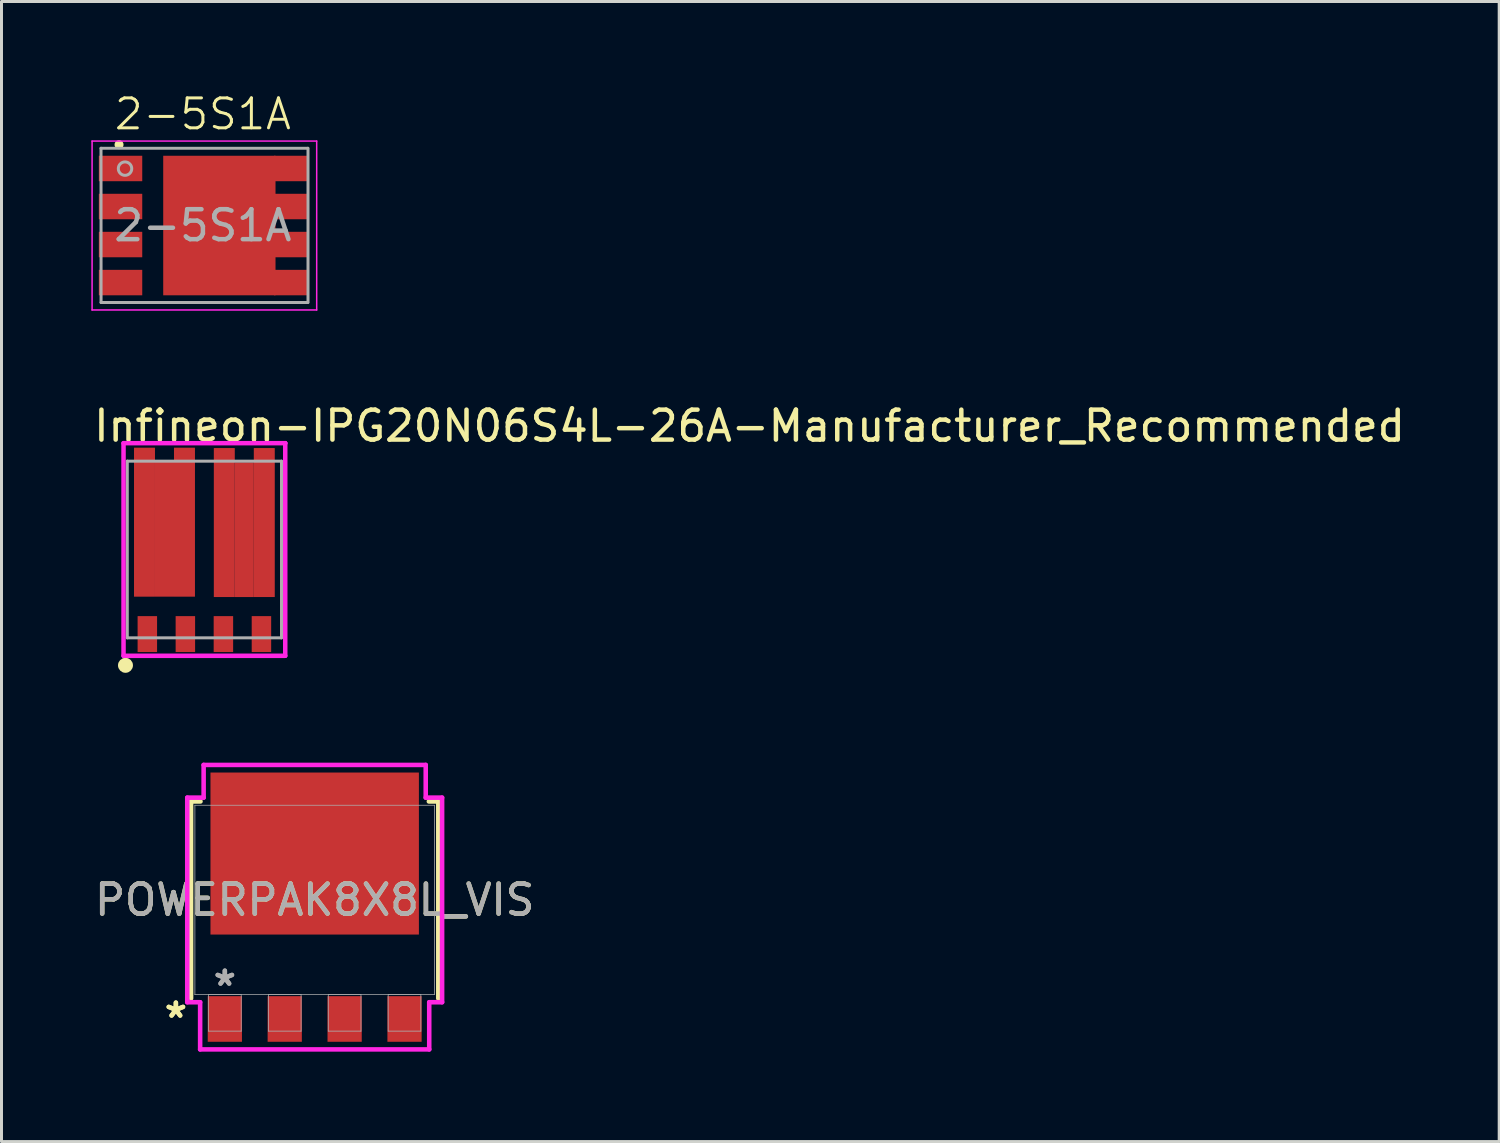
<source format=kicad_pcb>
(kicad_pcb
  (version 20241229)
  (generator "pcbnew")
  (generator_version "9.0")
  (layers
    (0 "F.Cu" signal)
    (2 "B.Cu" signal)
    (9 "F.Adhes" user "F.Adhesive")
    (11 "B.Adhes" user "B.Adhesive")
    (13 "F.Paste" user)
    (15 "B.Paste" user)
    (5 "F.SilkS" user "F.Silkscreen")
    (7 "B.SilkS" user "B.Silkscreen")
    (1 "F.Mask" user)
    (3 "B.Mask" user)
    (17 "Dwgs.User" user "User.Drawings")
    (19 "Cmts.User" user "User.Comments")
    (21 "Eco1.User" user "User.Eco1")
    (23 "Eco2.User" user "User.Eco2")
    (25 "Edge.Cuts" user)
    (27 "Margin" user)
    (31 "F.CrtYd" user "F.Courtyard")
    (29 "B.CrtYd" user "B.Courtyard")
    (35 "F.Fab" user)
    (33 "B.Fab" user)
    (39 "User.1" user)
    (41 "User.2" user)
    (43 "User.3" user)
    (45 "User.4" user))
  (footprint "POWERPAK8X8L_VIS"
    (layer "F.Cu")
    (at 7.458 27.001)
    (property "Reference" "POWERPAK8X8L_VIS" (at 0 0 0) (unlocked yes) (layer "F.SilkS") (effects (font (size 1 1) (thickness 0.15))))
    (attr smd)
    (fp_line (start -4.128 -3.289) (end -4.128 3.289) (stroke (width 0.152) (type solid)) (layer "F.SilkS"))
    (fp_line (start -3.813 -3.289) (end -4.128 -3.289) (stroke (width 0.152) (type solid)) (layer "F.SilkS"))
    (fp_line (start 4.128 -3.289) (end 3.813 -3.289) (stroke (width 0.152) (type solid)) (layer "F.SilkS"))
    (fp_line (start 4.128 3.289) (end 4.128 -3.289) (stroke (width 0.152) (type solid)) (layer "F.SilkS"))
    (fp_line (start -4.255 -3.416) (end -3.708 -3.416) (stroke (width 0.152) (type solid)) (layer "F.CrtYd"))
    (fp_line (start -4.255 3.416) (end -4.255 -3.416) (stroke (width 0.152) (type solid)) (layer "F.CrtYd"))
    (fp_line (start -3.825 3.416) (end -4.255 3.416) (stroke (width 0.152) (type solid)) (layer "F.CrtYd"))
    (fp_line (start -3.825 4.991) (end -3.825 3.416) (stroke (width 0.152) (type solid)) (layer "F.CrtYd"))
    (fp_line (start -3.708 -4.508) (end 3.708 -4.508) (stroke (width 0.152) (type solid)) (layer "F.CrtYd"))
    (fp_line (start -3.708 -3.416) (end -3.708 -4.508) (stroke (width 0.152) (type solid)) (layer "F.CrtYd"))
    (fp_line (start 3.708 -4.508) (end 3.708 -3.416) (stroke (width 0.152) (type solid)) (layer "F.CrtYd"))
    (fp_line (start 3.708 -3.416) (end 4.255 -3.416) (stroke (width 0.152) (type solid)) (layer "F.CrtYd"))
    (fp_line (start 3.825 3.416) (end 3.825 4.991) (stroke (width 0.152) (type solid)) (layer "F.CrtYd"))
    (fp_line (start 3.825 4.991) (end -3.825 4.991) (stroke (width 0.152) (type solid)) (layer "F.CrtYd"))
    (fp_line (start 4.255 -3.416) (end 4.255 3.416) (stroke (width 0.152) (type solid)) (layer "F.CrtYd"))
    (fp_line (start 4.255 3.416) (end 3.825 3.416) (stroke (width 0.152) (type solid)) (layer "F.CrtYd"))
    (fp_line (start -4 -3.162) (end -4 3.162) (stroke (width 0.025) (type solid)) (layer "F.Fab"))
    (fp_line (start -4 3.162) (end 4 3.162) (stroke (width 0.025) (type solid)) (layer "F.Fab"))
    (fp_line (start -3.546 3.162) (end -3.546 4.381) (stroke (width 0.025) (type solid)) (layer "F.Fab"))
    (fp_line (start -3.546 4.381) (end -2.454 4.381) (stroke (width 0.025) (type solid)) (layer "F.Fab"))
    (fp_line (start -2.454 3.162) (end -3.546 3.162) (stroke (width 0.025) (type solid)) (layer "F.Fab"))
    (fp_line (start -2.454 4.381) (end -2.454 3.162) (stroke (width 0.025) (type solid)) (layer "F.Fab"))
    (fp_line (start -1.546 3.162) (end -1.546 4.381) (stroke (width 0.025) (type solid)) (layer "F.Fab"))
    (fp_line (start -1.546 4.381) (end -0.454 4.381) (stroke (width 0.025) (type solid)) (layer "F.Fab"))
    (fp_line (start -0.454 3.162) (end -1.546 3.162) (stroke (width 0.025) (type solid)) (layer "F.Fab"))
    (fp_line (start -0.454 4.381) (end -0.454 3.162) (stroke (width 0.025) (type solid)) (layer "F.Fab"))
    (fp_line (start 0.454 3.162) (end 0.454 4.381) (stroke (width 0.025) (type solid)) (layer "F.Fab"))
    (fp_line (start 0.454 4.381) (end 1.546 4.381) (stroke (width 0.025) (type solid)) (layer "F.Fab"))
    (fp_line (start 1.546 3.162) (end 0.454 3.162) (stroke (width 0.025) (type solid)) (layer "F.Fab"))
    (fp_line (start 1.546 4.381) (end 1.546 3.162) (stroke (width 0.025) (type solid)) (layer "F.Fab"))
    (fp_line (start 2.454 3.162) (end 2.454 4.381) (stroke (width 0.025) (type solid)) (layer "F.Fab"))
    (fp_line (start 2.454 4.381) (end 3.546 4.381) (stroke (width 0.025) (type solid)) (layer "F.Fab"))
    (fp_line (start 3.546 3.162) (end 2.454 3.162) (stroke (width 0.025) (type solid)) (layer "F.Fab"))
    (fp_line (start 3.546 4.381) (end 3.546 3.162) (stroke (width 0.025) (type solid)) (layer "F.Fab"))
    (fp_line (start 4 -3.162) (end -4 -3.162) (stroke (width 0.025) (type solid)) (layer "F.Fab"))
    (fp_line (start 4 3.162) (end 4 -3.162) (stroke (width 0.025) (type solid)) (layer "F.Fab"))
    (fp_text user "*" (at -4.635 3.975 0) (layer "F.SilkS") (effects (font (size 1 1) (thickness 0.15))))
    (fp_text user "*" (at -4.635 3.975 0) (unlocked yes) (layer "F.SilkS") (effects (font (size 1 1) (thickness 0.15))))
    (fp_text user "${REFERENCE}" (at 0 0 0) (unlocked yes) (layer "F.Fab") (effects (font (size 1 1) (thickness 0.15))))
    (fp_text user "*" (at -3 2.908 0) (unlocked yes) (layer "F.Fab") (effects (font (size 1 1) (thickness 0.15))))
    (fp_text user "*" (at -3 2.908 0) (layer "F.Fab") (effects (font (size 1 1) (thickness 0.15))))
    (pad "1" smd rect (at -3 3.975) (size 1.143 1.524) (layers "F.Cu" "F.Mask" "F.Paste"))
    (pad "2" smd rect (at -1 3.975) (size 1.143 1.524) (layers "F.Cu" "F.Mask" "F.Paste"))
    (pad "3" smd rect (at 1 3.975) (size 1.143 1.524) (layers "F.Cu" "F.Mask" "F.Paste"))
    (pad "4" smd rect (at 3 3.975) (size 1.143 1.524) (layers "F.Cu" "F.Mask" "F.Paste"))
    (pad "5" smd rect (at 0 -1.549) (size 6.96 5.41) (layers "F.Cu" "F.Mask" "F.Paste")))
  (footprint "2-5S1A"
    (layer "F.Cu")
    (at 3.725 4.481)
    (property "Reference" "2-5S1A" (at 0 -3.72 0) (unlocked yes) (layer "F.SilkS") (effects (font (size 1 1) (thickness 0.1))))
    (attr smd)
    (fp_circle (center -2.8 -2.7) (end -2.7 -2.7) (stroke (width 0.1) (type solid)) (fill yes) (layer "F.SilkS"))
    (fp_line (start -3.7 -2.82) (end 3.8 -2.82) (stroke (width 0.05) (type solid)) (layer "F.CrtYd"))
    (fp_line (start -3.7 2.82) (end -3.7 -2.82) (stroke (width 0.05) (type solid)) (layer "F.CrtYd"))
    (fp_line (start 3.8 -2.82) (end 3.8 2.82) (stroke (width 0.05) (type solid)) (layer "F.CrtYd"))
    (fp_line (start 3.8 2.82) (end -3.7 2.82) (stroke (width 0.05) (type solid)) (layer "F.CrtYd"))
    (fp_line (start -3.402 -2.58) (end -3.4 2.57) (stroke (width 0.1) (type solid)) (layer "F.Fab"))
    (fp_line (start -3.402 -2.58) (end 3.5 -2.58) (stroke (width 0.1) (type solid)) (layer "F.Fab"))
    (fp_line (start 3.5 2.57) (end -3.4 2.57) (stroke (width 0.1) (type solid)) (layer "F.Fab"))
    (fp_line (start 3.51 -2.58) (end 3.51 2.57) (stroke (width 0.1) (type solid)) (layer "F.Fab"))
    (fp_circle (center -2.6 -1.9) (end -2.376 -1.9) (stroke (width 0.1) (type solid)) (fill no) (layer "F.Fab"))
    (fp_text user "${REFERENCE}" (at 0 0 0) (unlocked yes) (layer "F.Fab") (effects (font (size 1 1) (thickness 0.15))))
    (pad "" smd rect (at -0.6 -1.725) (size 0.9 0.9) (layers "F.Paste"))
    (pad "" smd rect (at -0.6 -0.575) (size 0.9 0.9) (layers "F.Paste"))
    (pad "" smd rect (at -0.6 0.575) (size 0.9 0.9) (layers "F.Paste"))
    (pad "" smd rect (at -0.6 1.725) (size 0.9 0.9) (layers "F.Paste"))
    (pad "" smd rect (at 0.5 -1.725) (size 0.9 0.9) (layers "F.Paste"))
    (pad "" smd rect (at 0.5 -0.575) (size 0.9 0.9) (layers "F.Paste"))
    (pad "" smd rect (at 0.5 0.575) (size 0.9 0.9) (layers "F.Paste"))
    (pad "" smd rect (at 0.5 1.725) (size 0.9 0.9) (layers "F.Paste"))
    (pad "" smd rect (at 1.6 -1.725) (size 0.9 0.9) (layers "F.Paste"))
    (pad "" smd rect (at 1.6 -0.575) (size 0.9 0.9) (layers "F.Paste"))
    (pad "" smd rect (at 1.6 0.575) (size 0.9 0.9) (layers "F.Paste"))
    (pad "" smd rect (at 1.6 1.725) (size 0.9 0.9) (layers "F.Paste"))
    (pad "1" smd rect (at -2.75 -1.905) (size 1.45 0.85) (layers "F.Cu" "F.Mask" "F.Paste"))
    (pad "2" smd rect (at -2.75 -0.635) (size 1.45 0.85) (layers "F.Cu" "F.Mask" "F.Paste"))
    (pad "3" smd rect (at -2.75 0.635) (size 1.45 0.85) (layers "F.Cu" "F.Mask" "F.Paste"))
    (pad "4" smd rect (at -2.75 1.905) (size 1.45 0.85) (layers "F.Cu" "F.Mask" "F.Paste"))
    (pad "5" smd rect (at 0.55 0) (size 3.75 4.66) (layers "F.Cu" "F.Mask"))
    (pad "5" smd rect (at 2.925 1.905) (size 1.1 0.85) (layers "F.Cu" "F.Mask" "F.Paste"))
    (pad "6" smd rect (at 2.925 0.635) (size 1.1 0.85) (layers "F.Cu" "F.Mask" "F.Paste"))
    (pad "7" smd rect (at 2.925 -0.635) (size 1.1 0.85) (layers "F.Cu" "F.Mask" "F.Paste"))
    (pad "8" smd rect (at 2.925 -1.905) (size 1.1 0.85) (layers "F.Cu" "F.Mask" "F.Paste")))
  (footprint "Infineon-IPG20N06S4L-26A-Manufacturer_Recommended"
    (layer "F.Cu")
    (at 3.775 15.299)
    (property "Reference" "Infineon-IPG20N06S4L-26A-Manufacturer_Recommended" (at -3.775 -4.125 0) (layer "F.SilkS") (effects (font (size 1 1) (thickness 0.15)) (justify left)))
    (attr through_hole)
    (fp_circle (center -2.635 3.868) (end -2.51 3.868) (stroke (width 0.25) (type solid)) (fill no) (layer "F.SilkS"))
    (fp_line (start -2.7 -3.55) (end -2.7 3.55) (stroke (width 0.15) (type solid)) (layer "F.CrtYd"))
    (fp_line (start -2.7 3.55) (end 2.7 3.55) (stroke (width 0.15) (type solid)) (layer "F.CrtYd"))
    (fp_line (start 2.7 -3.55) (end -2.7 -3.55) (stroke (width 0.15) (type solid)) (layer "F.CrtYd"))
    (fp_line (start 2.7 -3.55) (end 2.7 -3.55) (stroke (width 0.15) (type solid)) (layer "F.CrtYd"))
    (fp_line (start 2.7 3.55) (end 2.7 -3.55) (stroke (width 0.15) (type solid)) (layer "F.CrtYd"))
    (fp_line (start -2.575 -2.95) (end 2.575 -2.95) (stroke (width 0.1) (type solid)) (layer "F.Fab"))
    (fp_line (start -2.575 2.95) (end -2.575 -2.95) (stroke (width 0.1) (type solid)) (layer "F.Fab"))
    (fp_line (start -2.575 2.95) (end 2.575 2.95) (stroke (width 0.1) (type solid)) (layer "F.Fab"))
    (fp_line (start 2.575 2.95) (end 2.575 -2.95) (stroke (width 0.1) (type solid)) (layer "F.Fab"))
    (pad "1" smd rect (at -2 -0.912 90) (size 4.975 0.7) (layers "F.Cu" "F.Mask" "F.Paste"))
    (pad "1" smd rect (at -1.332 -0.675 90) (size 4.5 0.635) (layers "F.Cu" "F.Mask" "F.Paste"))
    (pad "1" smd rect (at -0.665 -0.912 90) (size 4.975 0.7) (layers "F.Cu" "F.Mask" "F.Paste"))
    (pad "1" smd rect (at 0.665 -0.9 90) (size 4.975 0.7) (layers "F.Cu" "F.Mask" "F.Paste"))
    (pad "1" smd rect (at 1.333 -0.662 90) (size 4.5 0.635) (layers "F.Cu" "F.Mask" "F.Paste"))
    (pad "1" smd rect (at 2 -0.9 90) (size 4.975 0.7) (layers "F.Cu" "F.Mask" "F.Paste"))
    (pad "2" smd rect (at -0.635 2.825 270) (size 1.2 0.65) (layers "F.Cu" "F.Mask" "F.Paste"))
    (pad "2" smd rect (at 1.905 2.825 270) (size 1.2 0.65) (layers "F.Cu" "F.Mask" "F.Paste"))
    (pad "3" smd rect (at -1.905 2.825 270) (size 1.2 0.65) (layers "F.Cu" "F.Mask" "F.Paste"))
    (pad "3" smd rect (at 0.635 2.825 270) (size 1.2 0.65) (layers "F.Cu" "F.Mask" "F.Paste")))
  (gr_rect
    (start -3 -3)
    (end 47.012 35.069)
    (stroke (width 0.1) (type default))
    (fill no)
    (layer "Edge.Cuts")))
</source>
